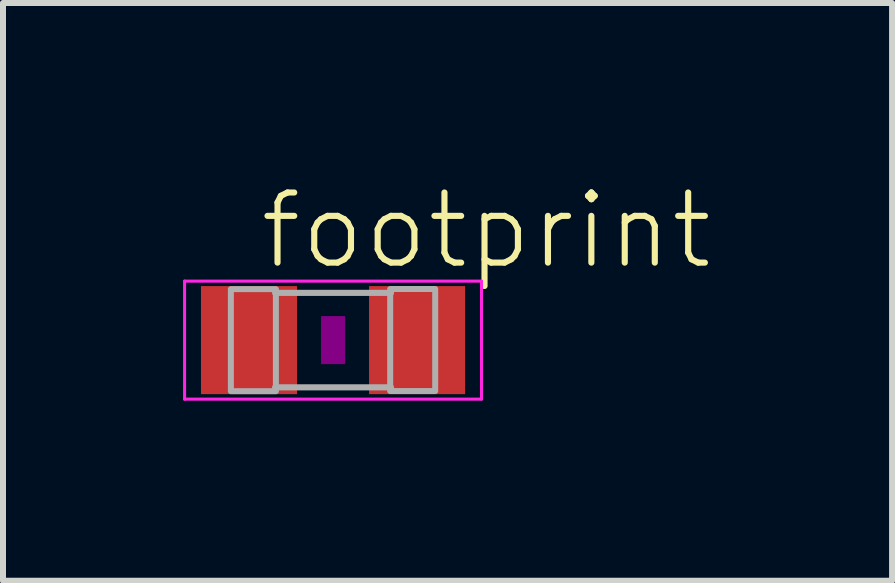
<source format=kicad_pcb>
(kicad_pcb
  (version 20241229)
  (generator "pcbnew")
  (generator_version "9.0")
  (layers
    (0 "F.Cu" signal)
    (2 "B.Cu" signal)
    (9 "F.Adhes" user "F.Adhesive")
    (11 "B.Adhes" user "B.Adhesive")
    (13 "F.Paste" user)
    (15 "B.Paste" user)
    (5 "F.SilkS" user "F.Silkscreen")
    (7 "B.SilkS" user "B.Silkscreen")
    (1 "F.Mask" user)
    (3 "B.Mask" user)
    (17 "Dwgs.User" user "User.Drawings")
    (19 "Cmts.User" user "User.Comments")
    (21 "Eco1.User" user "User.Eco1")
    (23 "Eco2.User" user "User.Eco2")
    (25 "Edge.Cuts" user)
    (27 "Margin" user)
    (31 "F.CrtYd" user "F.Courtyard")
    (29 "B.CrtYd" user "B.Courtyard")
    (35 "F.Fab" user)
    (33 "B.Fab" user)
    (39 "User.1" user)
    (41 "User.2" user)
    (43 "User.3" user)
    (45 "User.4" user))
  (footprint "footprint"
    (layer "F.Cu")
    (at 2.498 2.616)
    (property "Reference" "footprint" (at -1.27 -1.143 0) (layer "F.SilkS") (effects (font (size 1.168 1.168) (thickness 0.102)) (justify left bottom)))
    (fp_poly (pts (xy -0.2 0.4) (xy 0.2 0.4) (xy 0.2 -0.4) (xy -0.2 -0.4)) (stroke (width 0) (type solid)) (fill yes) (layer "F.Adhes"))
    (fp_line (start -2.473 -0.983) (end 2.473 -0.983) (stroke (width 0.051) (type solid)) (layer "F.CrtYd"))
    (fp_line (start -2.473 0.983) (end -2.473 -0.983) (stroke (width 0.051) (type solid)) (layer "F.CrtYd"))
    (fp_line (start 2.473 -0.983) (end 2.473 0.983) (stroke (width 0.051) (type solid)) (layer "F.CrtYd"))
    (fp_line (start 2.473 0.983) (end -2.473 0.983) (stroke (width 0.051) (type solid)) (layer "F.CrtYd"))
    (fp_line (start -0.965 -0.787) (end 0.965 -0.787) (stroke (width 0.102) (type solid)) (layer "F.Fab"))
    (fp_line (start -0.965 0.787) (end 0.965 0.787) (stroke (width 0.102) (type solid)) (layer "F.Fab"))
    (fp_poly (pts (xy -1.702 0.851) (xy -0.952 0.851) (xy -0.952 -0.849) (xy -1.702 -0.849)) (stroke (width 0.1) (type solid)) (fill no) (layer "F.Fab"))
    (fp_poly (pts (xy 0.952 0.849) (xy 1.702 0.849) (xy 1.702 -0.851) (xy 0.952 -0.851)) (stroke (width 0.1) (type solid)) (fill no) (layer "F.Fab"))
    (pad "1" smd rect (at -1.4 0) (size 1.6 1.8) (layers "F.Cu" "F.Mask" "F.Paste"))
    (pad "2" smd rect (at 1.4 0) (size 1.6 1.8) (layers "F.Cu" "F.Mask" "F.Paste")))
  (gr_rect
    (start -3 -3)
    (end 11.811 6.625)
    (stroke (width 0.1) (type default))
    (fill no)
    (layer "Edge.Cuts")))
</source>
